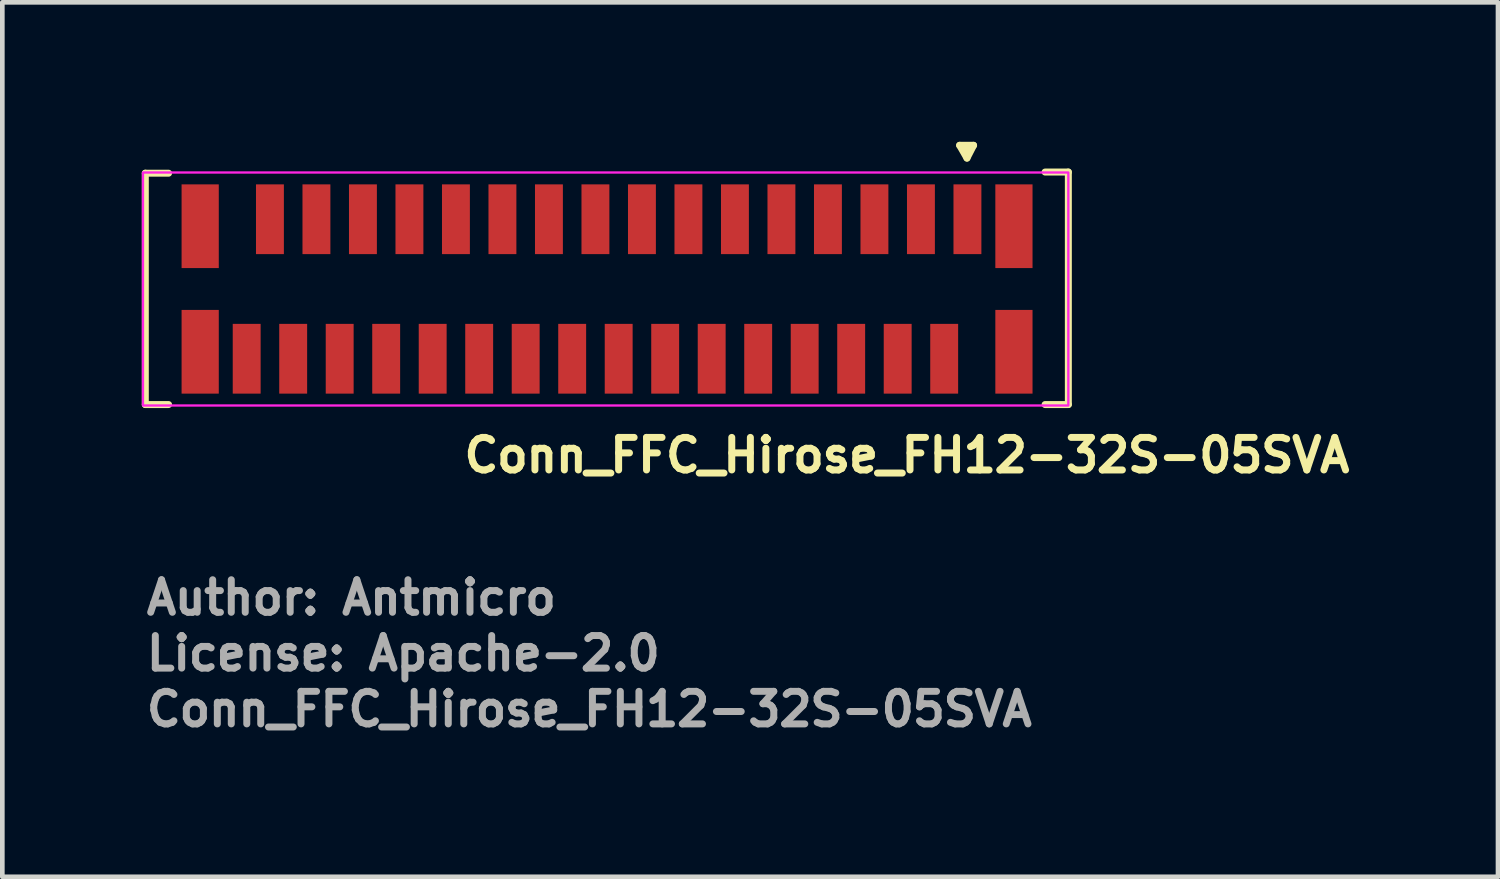
<source format=kicad_pcb>
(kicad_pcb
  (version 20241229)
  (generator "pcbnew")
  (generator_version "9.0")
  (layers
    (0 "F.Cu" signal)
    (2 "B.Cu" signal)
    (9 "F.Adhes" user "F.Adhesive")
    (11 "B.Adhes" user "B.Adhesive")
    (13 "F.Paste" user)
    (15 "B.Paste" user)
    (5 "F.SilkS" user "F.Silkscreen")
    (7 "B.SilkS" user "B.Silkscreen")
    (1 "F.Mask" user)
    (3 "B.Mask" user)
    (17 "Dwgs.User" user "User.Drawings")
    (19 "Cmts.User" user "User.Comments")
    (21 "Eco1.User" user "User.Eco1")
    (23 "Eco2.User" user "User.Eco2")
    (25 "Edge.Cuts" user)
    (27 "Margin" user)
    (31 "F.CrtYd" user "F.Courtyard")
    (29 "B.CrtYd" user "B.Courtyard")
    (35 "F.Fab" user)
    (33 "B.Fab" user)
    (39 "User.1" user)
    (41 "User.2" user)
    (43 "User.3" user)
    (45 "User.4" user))
  (footprint "Conn_FFC_Hirose_FH12-32S-05SVA"
    (layer "F.Cu")
    (at 9.975 3.15)
    (property "Reference" "Conn_FFC_Hirose_FH12-32S-05SVA" (at -3.12 4 0) (layer "F.SilkS") (effects (font (size 0.7 0.7) (thickness 0.15)) (justify left bottom)))
    (attr smd)
    (fp_line (start -9.9 -2.475) (end -9.9 2.5) (stroke (width 0.15) (type solid)) (layer "F.SilkS"))
    (fp_line (start -9.9 -2.475) (end -9.4 -2.475) (stroke (width 0.15) (type solid)) (layer "F.SilkS"))
    (fp_line (start -9.9 2.5) (end -9.4 2.5) (stroke (width 0.15) (type solid)) (layer "F.SilkS"))
    (fp_line (start 7.612 -3.075) (end 7.77 -2.8) (stroke (width 0.15) (type solid)) (layer "F.SilkS"))
    (fp_line (start 7.82 -2.975) (end 7.72 -2.975) (stroke (width 0.15) (type solid)) (layer "F.SilkS"))
    (fp_line (start 7.912 -3.075) (end 7.612 -3.075) (stroke (width 0.15) (type solid)) (layer "F.SilkS"))
    (fp_line (start 7.912 -3.075) (end 7.77 -2.8) (stroke (width 0.15) (type solid)) (layer "F.SilkS"))
    (fp_line (start 9.95 -2.5) (end 9.45 -2.5) (stroke (width 0.15) (type solid)) (layer "F.SilkS"))
    (fp_line (start 9.95 2.5) (end 9.45 2.5) (stroke (width 0.15) (type solid)) (layer "F.SilkS"))
    (fp_line (start 9.95 2.5) (end 9.95 -2.5) (stroke (width 0.15) (type solid)) (layer "F.SilkS"))
    (fp_circle (center 7.77 -2.975) (end 7.82 -2.975) (stroke (width 0.15) (type solid)) (fill yes) (layer "F.SilkS"))
    (fp_rect (start -9.95 -2.49) (end 9.95 2.52) (stroke (width 0.05) (type solid)) (fill no) (layer "F.CrtYd"))
    (fp_rect (start -9.7 -1.9) (end 9.7 1.9) (stroke (width 0.1) (type solid)) (fill no) (layer "User.5"))
    (fp_line (start -9.7 -1.25) (end -9.7 0.7) (stroke (width 0.02) (type solid)) (layer "User.9"))
    (fp_line (start -9.7 -1.25) (end -9.15 -1.25) (stroke (width 0.02) (type solid)) (layer "User.9"))
    (fp_line (start -9.7 0.7) (end -9.4 0.7) (stroke (width 0.02) (type solid)) (layer "User.9"))
    (fp_line (start -9.6 0.7) (end -9.6 1) (stroke (width 0.02) (type solid)) (layer "User.9"))
    (fp_line (start -9.4 -1) (end -9.15 -1) (stroke (width 0.02) (type solid)) (layer "User.9"))
    (fp_line (start -9.4 0.7) (end -9.4 -1) (stroke (width 0.02) (type solid)) (layer "User.9"))
    (fp_line (start -9.15 -1.25) (end -9.15 -1) (stroke (width 0.02) (type solid)) (layer "User.9"))
    (fp_line (start -9.15 -1.25) (end -9.1 -1.25) (stroke (width 0.02) (type solid)) (layer "User.9"))
    (fp_line (start -9.15 -1) (end -9.1 -1) (stroke (width 0.02) (type solid)) (layer "User.9"))
    (fp_line (start -9.1 -1.497) (end -8.95 -1.497) (stroke (width 0.02) (type solid)) (layer "User.9"))
    (fp_line (start -9.1 -1.416) (end -9.1 -1.497) (stroke (width 0.02) (type solid)) (layer "User.9"))
    (fp_line (start -9.1 -1.416) (end -9.1 -0.714) (stroke (width 0.02) (type solid)) (layer "User.9"))
    (fp_line (start -9.1 -0.714) (end -8.95 -0.065) (stroke (width 0.02) (type solid)) (layer "User.9"))
    (fp_line (start -9.1 -0.065) (end -9.1 -0.714) (stroke (width 0.02) (type solid)) (layer "User.9"))
    (fp_line (start -9.1 -0.065) (end -9.1 0.169) (stroke (width 0.02) (type solid)) (layer "User.9"))
    (fp_line (start -9.1 0.207) (end -9.1 0.169) (stroke (width 0.02) (type solid)) (layer "User.9"))
    (fp_line (start -9.1 0.207) (end -8.64 0.207) (stroke (width 0.02) (type solid)) (layer "User.9"))
    (fp_line (start -9.1 0.7) (end -9.4 0.7) (stroke (width 0.02) (type solid)) (layer "User.9"))
    (fp_line (start -9.1 0.7) (end -9.1 0.207) (stroke (width 0.02) (type solid)) (layer "User.9"))
    (fp_line (start -9.1 0.7) (end -8.86 0.7) (stroke (width 0.02) (type solid)) (layer "User.9"))
    (fp_line (start -8.95 -1.369) (end -8.95 -1.693) (stroke (width 0.02) (type solid)) (layer "User.9"))
    (fp_line (start -8.95 -1.09) (end -8.95 -1.369) (stroke (width 0.02) (type solid)) (layer "User.9"))
    (fp_line (start -8.95 -1.09) (end -8.95 -0.768) (stroke (width 0.02) (type solid)) (layer "User.9"))
    (fp_line (start -8.95 -0.768) (end -9.1 -1.416) (stroke (width 0.02) (type solid)) (layer "User.9"))
    (fp_line (start -8.95 -0.065) (end -9.1 -0.065) (stroke (width 0.02) (type solid)) (layer "User.9"))
    (fp_line (start -8.95 -0.065) (end -8.95 -0.768) (stroke (width 0.02) (type solid)) (layer "User.9"))
    (fp_line (start -8.86 0.7) (end -8.86 0.207) (stroke (width 0.02) (type solid)) (layer "User.9"))
    (fp_line (start -8.85 -1.8) (end -8.85 -1.9) (stroke (width 0.02) (type solid)) (layer "User.9"))
    (fp_line (start -8.85 -1.8) (end -8.85 -1.693) (stroke (width 0.02) (type solid)) (layer "User.9"))
    (fp_line (start -8.85 0.207) (end -8.85 0.35) (stroke (width 0.02) (type solid)) (layer "User.9"))
    (fp_line (start -8.85 0.35) (end -8.85 0.45) (stroke (width 0.02) (type solid)) (layer "User.9"))
    (fp_line (start -8.85 0.45) (end -8.85 1.8) (stroke (width 0.02) (type solid)) (layer "User.9"))
    (fp_line (start -8.85 0.45) (end -8.64 0.45) (stroke (width 0.02) (type solid)) (layer "User.9"))
    (fp_line (start -8.85 1) (end -9.6 1) (stroke (width 0.02) (type solid)) (layer "User.9"))
    (fp_line (start -8.85 1.9) (end -8.85 1.8) (stroke (width 0.02) (type solid)) (layer "User.9"))
    (fp_line (start -8.64 -1.9) (end -8.85 -1.9) (stroke (width 0.02) (type solid)) (layer "User.9"))
    (fp_line (start -8.64 -1.8) (end -8.64 -1.9) (stroke (width 0.02) (type solid)) (layer "User.9"))
    (fp_line (start -8.64 -1.693) (end -8.64 -1.8) (stroke (width 0.02) (type solid)) (layer "User.9"))
    (fp_line (start -8.64 0.17) (end -8.64 0.178) (stroke (width 0.02) (type solid)) (layer "User.9"))
    (fp_line (start -8.64 1.25) (end -8.64 0.178) (stroke (width 0.02) (type solid)) (layer "User.9"))
    (fp_line (start -8.64 1.8) (end -8.64 1.25) (stroke (width 0.02) (type solid)) (layer "User.9"))
    (fp_line (start -8.64 1.9) (end -8.85 1.9) (stroke (width 0.02) (type solid)) (layer "User.9"))
    (fp_line (start -8.64 1.9) (end -8.64 1.8) (stroke (width 0.02) (type solid)) (layer "User.9"))
    (fp_line (start -8.635 0.175) (end -8.64 0.178) (stroke (width 0.02) (type solid)) (layer "User.9"))
    (fp_line (start -8.635 0.175) (end -8.54 0.27) (stroke (width 0.02) (type solid)) (layer "User.9"))
    (fp_line (start -8.635 0.175) (end -8.39 0.175) (stroke (width 0.02) (type solid)) (layer "User.9"))
    (fp_line (start -8.54 0.27) (end -8.54 1.25) (stroke (width 0.02) (type solid)) (layer "User.9"))
    (fp_line (start -8.54 1.25) (end -8.64 1.25) (stroke (width 0.02) (type solid)) (layer "User.9"))
    (fp_line (start -8.54 1.25) (end 8.54 1.25) (stroke (width 0.02) (type solid)) (layer "User.9"))
    (fp_line (start -8.485 0.27) (end -8.54 0.27) (stroke (width 0.02) (type solid)) (layer "User.9"))
    (fp_line (start -8.485 0.27) (end -8.485 0.8) (stroke (width 0.02) (type solid)) (layer "User.9"))
    (fp_line (start -8.39 0.175) (end -8.485 0.27) (stroke (width 0.02) (type solid)) (layer "User.9"))
    (fp_line (start -8.39 0.175) (end -8.384 0.179) (stroke (width 0.02) (type solid)) (layer "User.9"))
    (fp_line (start -8.384 0.179) (end -8.378 0.182) (stroke (width 0.02) (type solid)) (layer "User.9"))
    (fp_line (start -8.378 0.182) (end -8.372 0.185) (stroke (width 0.02) (type solid)) (layer "User.9"))
    (fp_line (start -8.372 0.185) (end -8.365 0.189) (stroke (width 0.02) (type solid)) (layer "User.9"))
    (fp_line (start -8.365 0.189) (end -8.359 0.191) (stroke (width 0.02) (type solid)) (layer "User.9"))
    (fp_line (start -8.359 0.191) (end -8.353 0.194) (stroke (width 0.02) (type solid)) (layer "User.9"))
    (fp_line (start -8.353 0.194) (end -8.346 0.196) (stroke (width 0.02) (type solid)) (layer "User.9"))
    (fp_line (start -8.346 0.196) (end -8.34 0.198) (stroke (width 0.02) (type solid)) (layer "User.9"))
    (fp_line (start -8.34 0.198) (end -8.333 0.2) (stroke (width 0.02) (type solid)) (layer "User.9"))
    (fp_line (start -8.333 0.2) (end -8.326 0.202) (stroke (width 0.02) (type solid)) (layer "User.9"))
    (fp_line (start -8.326 0.202) (end -8.32 0.203) (stroke (width 0.02) (type solid)) (layer "User.9"))
    (fp_line (start -8.32 0.203) (end -8.313 0.205) (stroke (width 0.02) (type solid)) (layer "User.9"))
    (fp_line (start -8.313 0.205) (end -8.306 0.206) (stroke (width 0.02) (type solid)) (layer "User.9"))
    (fp_line (start -8.306 0.206) (end -8.299 0.206) (stroke (width 0.02) (type solid)) (layer "User.9"))
    (fp_line (start -8.299 0.206) (end -8.292 0.207) (stroke (width 0.02) (type solid)) (layer "User.9"))
    (fp_line (start -8.292 0.207) (end -8.285 0.207) (stroke (width 0.02) (type solid)) (layer "User.9"))
    (fp_line (start -8.285 0.207) (end -8.25 0.207) (stroke (width 0.02) (type solid)) (layer "User.9"))
    (fp_line (start -8.285 0.8) (end -8.285 0.207) (stroke (width 0.02) (type solid)) (layer "User.9"))
    (fp_line (start -8.25 -1.094) (end -8.25 -1.369) (stroke (width 0.02) (type solid)) (layer "User.9"))
    (fp_line (start -8.25 -1.094) (end -8.25 -1.019) (stroke (width 0.02) (type solid)) (layer "User.9"))
    (fp_line (start -8.25 0.3) (end -8.25 -1.019) (stroke (width 0.02) (type solid)) (layer "User.9"))
    (fp_line (start -8.25 0.3) (end -8.25 0.3) (stroke (width 0.02) (type solid)) (layer "User.9"))
    (fp_line (start -8.1 -1.693) (end -8.95 -1.693) (stroke (width 0.02) (type solid)) (layer "User.9"))
    (fp_line (start -8.1 -1.531) (end -8.1 -1.693) (stroke (width 0.02) (type solid)) (layer "User.9"))
    (fp_line (start -7.95 -1.659) (end -8.1 -1.659) (stroke (width 0.02) (type solid)) (layer "User.9"))
    (fp_line (start -7.95 -1.531) (end -7.95 -1.659) (stroke (width 0.02) (type solid)) (layer "User.9"))
    (fp_line (start -7.825 1.25) (end -7.825 1.35) (stroke (width 0.02) (type solid)) (layer "User.9"))
    (fp_line (start -7.825 1.45) (end -7.825 1.35) (stroke (width 0.02) (type solid)) (layer "User.9"))
    (fp_line (start -7.825 1.45) (end -7.825 1.55) (stroke (width 0.02) (type solid)) (layer "User.9"))
    (fp_line (start -7.825 1.55) (end -7.825 1.75) (stroke (width 0.02) (type solid)) (layer "User.9"))
    (fp_line (start -7.675 1.25) (end -7.675 1.35) (stroke (width 0.02) (type solid)) (layer "User.9"))
    (fp_line (start -7.675 1.45) (end -7.825 1.45) (stroke (width 0.02) (type solid)) (layer "User.9"))
    (fp_line (start -7.675 1.45) (end -7.825 1.45) (stroke (width 0.02) (type solid)) (layer "User.9"))
    (fp_line (start -7.675 1.45) (end -7.675 1.35) (stroke (width 0.02) (type solid)) (layer "User.9"))
    (fp_line (start -7.675 1.45) (end -7.675 1.55) (stroke (width 0.02) (type solid)) (layer "User.9"))
    (fp_line (start -7.675 1.55) (end -7.675 1.75) (stroke (width 0.02) (type solid)) (layer "User.9"))
    (fp_line (start -7.675 1.75) (end -7.825 1.75) (stroke (width 0.02) (type solid)) (layer "User.9"))
    (fp_line (start -7.325 -1.75) (end -7.325 -1.55) (stroke (width 0.02) (type solid)) (layer "User.9"))
    (fp_line (start -7.325 -1.75) (end -7.175 -1.75) (stroke (width 0.02) (type solid)) (layer "User.9"))
    (fp_line (start -7.325 -1.55) (end -7.325 -1.531) (stroke (width 0.02) (type solid)) (layer "User.9"))
    (fp_line (start -7.175 -1.75) (end -7.175 -1.55) (stroke (width 0.02) (type solid)) (layer "User.9"))
    (fp_line (start -7.175 -1.55) (end -7.175 -1.531) (stroke (width 0.02) (type solid)) (layer "User.9"))
    (fp_line (start -6.825 1.25) (end -6.825 1.35) (stroke (width 0.02) (type solid)) (layer "User.9"))
    (fp_line (start -6.825 1.45) (end -6.825 1.35) (stroke (width 0.02) (type solid)) (layer "User.9"))
    (fp_line (start -6.825 1.45) (end -6.825 1.55) (stroke (width 0.02) (type solid)) (layer "User.9"))
    (fp_line (start -6.825 1.55) (end -6.825 1.75) (stroke (width 0.02) (type solid)) (layer "User.9"))
    (fp_line (start -6.675 1.25) (end -6.675 1.35) (stroke (width 0.02) (type solid)) (layer "User.9"))
    (fp_line (start -6.675 1.45) (end -6.825 1.45) (stroke (width 0.02) (type solid)) (layer "User.9"))
    (fp_line (start -6.675 1.45) (end -6.675 1.35) (stroke (width 0.02) (type solid)) (layer "User.9"))
    (fp_line (start -6.675 1.45) (end -6.675 1.55) (stroke (width 0.02) (type solid)) (layer "User.9"))
    (fp_line (start -6.675 1.55) (end -6.675 1.75) (stroke (width 0.02) (type solid)) (layer "User.9"))
    (fp_line (start -6.675 1.75) (end -6.825 1.75) (stroke (width 0.02) (type solid)) (layer "User.9"))
    (fp_line (start -6.325 -1.75) (end -6.325 -1.55) (stroke (width 0.02) (type solid)) (layer "User.9"))
    (fp_line (start -6.325 -1.75) (end -6.175 -1.75) (stroke (width 0.02) (type solid)) (layer "User.9"))
    (fp_line (start -6.325 -1.55) (end -6.325 -1.531) (stroke (width 0.02) (type solid)) (layer "User.9"))
    (fp_line (start -6.175 -1.75) (end -6.175 -1.55) (stroke (width 0.02) (type solid)) (layer "User.9"))
    (fp_line (start -6.175 -1.55) (end -6.175 -1.531) (stroke (width 0.02) (type solid)) (layer "User.9"))
    (fp_line (start -5.825 1.25) (end -5.825 1.35) (stroke (width 0.02) (type solid)) (layer "User.9"))
    (fp_line (start -5.825 1.45) (end -5.825 1.35) (stroke (width 0.02) (type solid)) (layer "User.9"))
    (fp_line (start -5.825 1.45) (end -5.825 1.55) (stroke (width 0.02) (type solid)) (layer "User.9"))
    (fp_line (start -5.825 1.55) (end -5.825 1.75) (stroke (width 0.02) (type solid)) (layer "User.9"))
    (fp_line (start -5.675 1.25) (end -5.675 1.35) (stroke (width 0.02) (type solid)) (layer "User.9"))
    (fp_line (start -5.675 1.45) (end -5.825 1.45) (stroke (width 0.02) (type solid)) (layer "User.9"))
    (fp_line (start -5.675 1.45) (end -5.675 1.35) (stroke (width 0.02) (type solid)) (layer "User.9"))
    (fp_line (start -5.675 1.45) (end -5.675 1.55) (stroke (width 0.02) (type solid)) (layer "User.9"))
    (fp_line (start -5.675 1.55) (end -5.675 1.75) (stroke (width 0.02) (type solid)) (layer "User.9"))
    (fp_line (start -5.675 1.75) (end -5.825 1.75) (stroke (width 0.02) (type solid)) (layer "User.9"))
    (fp_line (start -5.325 -1.75) (end -5.325 -1.55) (stroke (width 0.02) (type solid)) (layer "User.9"))
    (fp_line (start -5.325 -1.75) (end -5.175 -1.75) (stroke (width 0.02) (type solid)) (layer "User.9"))
    (fp_line (start -5.325 -1.55) (end -5.325 -1.531) (stroke (width 0.02) (type solid)) (layer "User.9"))
    (fp_line (start -5.175 -1.75) (end -5.175 -1.55) (stroke (width 0.02) (type solid)) (layer "User.9"))
    (fp_line (start -5.175 -1.55) (end -5.175 -1.531) (stroke (width 0.02) (type solid)) (layer "User.9"))
    (fp_line (start -4.825 1.25) (end -4.825 1.35) (stroke (width 0.02) (type solid)) (layer "User.9"))
    (fp_line (start -4.825 1.45) (end -4.825 1.35) (stroke (width 0.02) (type solid)) (layer "User.9"))
    (fp_line (start -4.825 1.45) (end -4.825 1.55) (stroke (width 0.02) (type solid)) (layer "User.9"))
    (fp_line (start -4.825 1.55) (end -4.825 1.75) (stroke (width 0.02) (type solid)) (layer "User.9"))
    (fp_line (start -4.675 1.25) (end -4.675 1.35) (stroke (width 0.02) (type solid)) (layer "User.9"))
    (fp_line (start -4.675 1.45) (end -4.825 1.45) (stroke (width 0.02) (type solid)) (layer "User.9"))
    (fp_line (start -4.675 1.45) (end -4.675 1.35) (stroke (width 0.02) (type solid)) (layer "User.9"))
    (fp_line (start -4.675 1.45) (end -4.675 1.55) (stroke (width 0.02) (type solid)) (layer "User.9"))
    (fp_line (start -4.675 1.55) (end -4.675 1.75) (stroke (width 0.02) (type solid)) (layer "User.9"))
    (fp_line (start -4.675 1.75) (end -4.825 1.75) (stroke (width 0.02) (type solid)) (layer "User.9"))
    (fp_line (start -4.325 -1.75) (end -4.175 -1.75) (stroke (width 0.02) (type solid)) (layer "User.9"))
    (fp_line (start -4.325 -1.55) (end -4.325 -1.75) (stroke (width 0.02) (type solid)) (layer "User.9"))
    (fp_line (start -4.325 -1.55) (end -4.325 -1.531) (stroke (width 0.02) (type solid)) (layer "User.9"))
    (fp_line (start -4.175 -1.75) (end -4.175 -1.55) (stroke (width 0.02) (type solid)) (layer "User.9"))
    (fp_line (start -4.175 -1.55) (end -4.175 -1.531) (stroke (width 0.02) (type solid)) (layer "User.9"))
    (fp_line (start -4 -1.678) (end -4 -1.521) (stroke (width 0.02) (type solid)) (layer "User.9"))
    (fp_line (start -4 -1.678) (end 4 -1.678) (stroke (width 0.02) (type solid)) (layer "User.9"))
    (fp_line (start -4 -1.531) (end -8.1 -1.531) (stroke (width 0.02) (type solid)) (layer "User.9"))
    (fp_line (start -4 -1.521) (end 4 -1.521) (stroke (width 0.02) (type solid)) (layer "User.9"))
    (fp_line (start -4 -1.094) (end -8.25 -1.094) (stroke (width 0.02) (type solid)) (layer "User.9"))
    (fp_line (start -4 -1.094) (end -4 -1.521) (stroke (width 0.02) (type solid)) (layer "User.9"))
    (fp_line (start -4 -1.019) (end -8.25 -1.019) (stroke (width 0.02) (type solid)) (layer "User.9"))
    (fp_line (start -4 0.2) (end -4 -1.019) (stroke (width 0.02) (type solid)) (layer "User.9"))
    (fp_line (start -4 0.2) (end -4 0.3) (stroke (width 0.02) (type solid)) (layer "User.9"))
    (fp_line (start -3.825 1.25) (end -3.825 1.35) (stroke (width 0.02) (type solid)) (layer "User.9"))
    (fp_line (start -3.825 1.45) (end -3.825 1.35) (stroke (width 0.02) (type solid)) (layer "User.9"))
    (fp_line (start -3.825 1.45) (end -3.825 1.55) (stroke (width 0.02) (type solid)) (layer "User.9"))
    (fp_line (start -3.825 1.55) (end -3.825 1.75) (stroke (width 0.02) (type solid)) (layer "User.9"))
    (fp_line (start -3.675 1.25) (end -3.675 1.35) (stroke (width 0.02) (type solid)) (layer "User.9"))
    (fp_line (start -3.675 1.45) (end -3.825 1.45) (stroke (width 0.02) (type solid)) (layer "User.9"))
    (fp_line (start -3.675 1.45) (end -3.675 1.35) (stroke (width 0.02) (type solid)) (layer "User.9"))
    (fp_line (start -3.675 1.45) (end -3.675 1.55) (stroke (width 0.02) (type solid)) (layer "User.9"))
    (fp_line (start -3.675 1.55) (end -3.675 1.75) (stroke (width 0.02) (type solid)) (layer "User.9"))
    (fp_line (start -3.675 1.75) (end -3.825 1.75) (stroke (width 0.02) (type solid)) (layer "User.9"))
    (fp_line (start -3.325 -1.75) (end -3.325 -1.678) (stroke (width 0.02) (type solid)) (layer "User.9"))
    (fp_line (start -3.325 -1.75) (end -3.175 -1.75) (stroke (width 0.02) (type solid)) (layer "User.9"))
    (fp_line (start -3.175 -1.75) (end -3.175 -1.678) (stroke (width 0.02) (type solid)) (layer "User.9"))
    (fp_line (start -2.825 1.25) (end -2.825 1.35) (stroke (width 0.02) (type solid)) (layer "User.9"))
    (fp_line (start -2.825 1.45) (end -2.825 1.35) (stroke (width 0.02) (type solid)) (layer "User.9"))
    (fp_line (start -2.825 1.45) (end -2.825 1.55) (stroke (width 0.02) (type solid)) (layer "User.9"))
    (fp_line (start -2.825 1.55) (end -2.825 1.75) (stroke (width 0.02) (type solid)) (layer "User.9"))
    (fp_line (start -2.675 1.25) (end -2.675 1.35) (stroke (width 0.02) (type solid)) (layer "User.9"))
    (fp_line (start -2.675 1.45) (end -2.825 1.45) (stroke (width 0.02) (type solid)) (layer "User.9"))
    (fp_line (start -2.675 1.45) (end -2.675 1.35) (stroke (width 0.02) (type solid)) (layer "User.9"))
    (fp_line (start -2.675 1.45) (end -2.675 1.55) (stroke (width 0.02) (type solid)) (layer "User.9"))
    (fp_line (start -2.675 1.55) (end -2.675 1.75) (stroke (width 0.02) (type solid)) (layer "User.9"))
    (fp_line (start -2.675 1.75) (end -2.825 1.75) (stroke (width 0.02) (type solid)) (layer "User.9"))
    (fp_line (start -2.325 -1.75) (end -2.325 -1.678) (stroke (width 0.02) (type solid)) (layer "User.9"))
    (fp_line (start -2.325 -1.75) (end -2.175 -1.75) (stroke (width 0.02) (type solid)) (layer "User.9"))
    (fp_line (start -2.175 -1.75) (end -2.175 -1.678) (stroke (width 0.02) (type solid)) (layer "User.9"))
    (fp_line (start -1.825 1.25) (end -1.825 1.35) (stroke (width 0.02) (type solid)) (layer "User.9"))
    (fp_line (start -1.825 1.45) (end -1.825 1.35) (stroke (width 0.02) (type solid)) (layer "User.9"))
    (fp_line (start -1.825 1.45) (end -1.825 1.55) (stroke (width 0.02) (type solid)) (layer "User.9"))
    (fp_line (start -1.825 1.55) (end -1.825 1.75) (stroke (width 0.02) (type solid)) (layer "User.9"))
    (fp_line (start -1.675 1.25) (end -1.675 1.35) (stroke (width 0.02) (type solid)) (layer "User.9"))
    (fp_line (start -1.675 1.45) (end -1.825 1.45) (stroke (width 0.02) (type solid)) (layer "User.9"))
    (fp_line (start -1.675 1.45) (end -1.825 1.45) (stroke (width 0.02) (type solid)) (layer "User.9"))
    (fp_line (start -1.675 1.45) (end -1.675 1.35) (stroke (width 0.02) (type solid)) (layer "User.9"))
    (fp_line (start -1.675 1.45) (end -1.675 1.55) (stroke (width 0.02) (type solid)) (layer "User.9"))
    (fp_line (start -1.675 1.55) (end -1.675 1.75) (stroke (width 0.02) (type solid)) (layer "User.9"))
    (fp_line (start -1.675 1.75) (end -1.825 1.75) (stroke (width 0.02) (type solid)) (layer "User.9"))
    (fp_line (start -1.325 -1.75) (end -1.325 -1.678) (stroke (width 0.02) (type solid)) (layer "User.9"))
    (fp_line (start -1.325 -1.75) (end -1.175 -1.75) (stroke (width 0.02) (type solid)) (layer "User.9"))
    (fp_line (start -1.175 -1.75) (end -1.175 -1.678) (stroke (width 0.02) (type solid)) (layer "User.9"))
    (fp_line (start -0.825 1.25) (end -0.825 1.35) (stroke (width 0.02) (type solid)) (layer "User.9"))
    (fp_line (start -0.825 1.45) (end -0.825 1.35) (stroke (width 0.02) (type solid)) (layer "User.9"))
    (fp_line (start -0.825 1.45) (end -0.825 1.55) (stroke (width 0.02) (type solid)) (layer "User.9"))
    (fp_line (start -0.825 1.55) (end -0.825 1.75) (stroke (width 0.02) (type solid)) (layer "User.9"))
    (fp_line (start -0.675 1.25) (end -0.675 1.35) (stroke (width 0.02) (type solid)) (layer "User.9"))
    (fp_line (start -0.675 1.45) (end -0.825 1.45) (stroke (width 0.02) (type solid)) (layer "User.9"))
    (fp_line (start -0.675 1.45) (end -0.825 1.45) (stroke (width 0.02) (type solid)) (layer "User.9"))
    (fp_line (start -0.675 1.45) (end -0.675 1.35) (stroke (width 0.02) (type solid)) (layer "User.9"))
    (fp_line (start -0.675 1.45) (end -0.675 1.55) (stroke (width 0.02) (type solid)) (layer "User.9"))
    (fp_line (start -0.675 1.55) (end -0.675 1.75) (stroke (width 0.02) (type solid)) (layer "User.9"))
    (fp_line (start -0.675 1.75) (end -0.825 1.75) (stroke (width 0.02) (type solid)) (layer "User.9"))
    (fp_line (start -0.325 -1.75) (end -0.325 -1.678) (stroke (width 0.02) (type solid)) (layer "User.9"))
    (fp_line (start -0.325 -1.75) (end -0.175 -1.75) (stroke (width 0.02) (type solid)) (layer "User.9"))
    (fp_line (start -0.175 -1.75) (end -0.175 -1.678) (stroke (width 0.02) (type solid)) (layer "User.9"))
    (fp_line (start 0.175 1.25) (end 0.175 1.35) (stroke (width 0.02) (type solid)) (layer "User.9"))
    (fp_line (start 0.175 1.45) (end 0.175 1.35) (stroke (width 0.02) (type solid)) (layer "User.9"))
    (fp_line (start 0.175 1.45) (end 0.175 1.55) (stroke (width 0.02) (type solid)) (layer "User.9"))
    (fp_line (start 0.175 1.55) (end 0.175 1.75) (stroke (width 0.02) (type solid)) (layer "User.9"))
    (fp_line (start 0.325 1.25) (end 0.325 1.35) (stroke (width 0.02) (type solid)) (layer "User.9"))
    (fp_line (start 0.325 1.45) (end 0.175 1.45) (stroke (width 0.02) (type solid)) (layer "User.9"))
    (fp_line (start 0.325 1.45) (end 0.175 1.45) (stroke (width 0.02) (type solid)) (layer "User.9"))
    (fp_line (start 0.325 1.45) (end 0.325 1.35) (stroke (width 0.02) (type solid)) (layer "User.9"))
    (fp_line (start 0.325 1.45) (end 0.325 1.55) (stroke (width 0.02) (type solid)) (layer "User.9"))
    (fp_line (start 0.325 1.55) (end 0.325 1.75) (stroke (width 0.02) (type solid)) (layer "User.9"))
    (fp_line (start 0.325 1.75) (end 0.175 1.75) (stroke (width 0.02) (type solid)) (layer "User.9"))
    (fp_line (start 0.675 -1.75) (end 0.675 -1.678) (stroke (width 0.02) (type solid)) (layer "User.9"))
    (fp_line (start 0.675 -1.75) (end 0.825 -1.75) (stroke (width 0.02) (type solid)) (layer "User.9"))
    (fp_line (start 0.825 -1.75) (end 0.825 -1.678) (stroke (width 0.02) (type solid)) (layer "User.9"))
    (fp_line (start 1.175 1.25) (end 1.175 1.35) (stroke (width 0.02) (type solid)) (layer "User.9"))
    (fp_line (start 1.175 1.45) (end 1.175 1.35) (stroke (width 0.02) (type solid)) (layer "User.9"))
    (fp_line (start 1.175 1.45) (end 1.175 1.55) (stroke (width 0.02) (type solid)) (layer "User.9"))
    (fp_line (start 1.175 1.55) (end 1.175 1.75) (stroke (width 0.02) (type solid)) (layer "User.9"))
    (fp_line (start 1.325 1.25) (end 1.325 1.35) (stroke (width 0.02) (type solid)) (layer "User.9"))
    (fp_line (start 1.325 1.45) (end 1.175 1.45) (stroke (width 0.02) (type solid)) (layer "User.9"))
    (fp_line (start 1.325 1.45) (end 1.175 1.45) (stroke (width 0.02) (type solid)) (layer "User.9"))
    (fp_line (start 1.325 1.45) (end 1.325 1.35) (stroke (width 0.02) (type solid)) (layer "User.9"))
    (fp_line (start 1.325 1.45) (end 1.325 1.55) (stroke (width 0.02) (type solid)) (layer "User.9"))
    (fp_line (start 1.325 1.55) (end 1.325 1.75) (stroke (width 0.02) (type solid)) (layer "User.9"))
    (fp_line (start 1.325 1.75) (end 1.175 1.75) (stroke (width 0.02) (type solid)) (layer "User.9"))
    (fp_line (start 1.675 -1.75) (end 1.675 -1.678) (stroke (width 0.02) (type solid)) (layer "User.9"))
    (fp_line (start 1.675 -1.75) (end 1.825 -1.75) (stroke (width 0.02) (type solid)) (layer "User.9"))
    (fp_line (start 1.825 -1.75) (end 1.825 -1.678) (stroke (width 0.02) (type solid)) (layer "User.9"))
    (fp_line (start 2.175 1.25) (end 2.175 1.35) (stroke (width 0.02) (type solid)) (layer "User.9"))
    (fp_line (start 2.175 1.45) (end 2.175 1.35) (stroke (width 0.02) (type solid)) (layer "User.9"))
    (fp_line (start 2.175 1.45) (end 2.175 1.55) (stroke (width 0.02) (type solid)) (layer "User.9"))
    (fp_line (start 2.175 1.55) (end 2.175 1.75) (stroke (width 0.02) (type solid)) (layer "User.9"))
    (fp_line (start 2.325 1.25) (end 2.325 1.35) (stroke (width 0.02) (type solid)) (layer "User.9"))
    (fp_line (start 2.325 1.45) (end 2.175 1.45) (stroke (width 0.02) (type solid)) (layer "User.9"))
    (fp_line (start 2.325 1.45) (end 2.175 1.45) (stroke (width 0.02) (type solid)) (layer "User.9"))
    (fp_line (start 2.325 1.45) (end 2.325 1.35) (stroke (width 0.02) (type solid)) (layer "User.9"))
    (fp_line (start 2.325 1.45) (end 2.325 1.55) (stroke (width 0.02) (type solid)) (layer "User.9"))
    (fp_line (start 2.325 1.55) (end 2.325 1.75) (stroke (width 0.02) (type solid)) (layer "User.9"))
    (fp_line (start 2.325 1.75) (end 2.175 1.75) (stroke (width 0.02) (type solid)) (layer "User.9"))
    (fp_line (start 2.675 -1.75) (end 2.675 -1.678) (stroke (width 0.02) (type solid)) (layer "User.9"))
    (fp_line (start 2.675 -1.75) (end 2.825 -1.75) (stroke (width 0.02) (type solid)) (layer "User.9"))
    (fp_line (start 2.825 -1.75) (end 2.825 -1.678) (stroke (width 0.02) (type solid)) (layer "User.9"))
    (fp_line (start 3.175 1.25) (end 3.175 1.35) (stroke (width 0.02) (type solid)) (layer "User.9"))
    (fp_line (start 3.175 1.45) (end 3.175 1.35) (stroke (width 0.02) (type solid)) (layer "User.9"))
    (fp_line (start 3.175 1.45) (end 3.175 1.55) (stroke (width 0.02) (type solid)) (layer "User.9"))
    (fp_line (start 3.175 1.55) (end 3.175 1.75) (stroke (width 0.02) (type solid)) (layer "User.9"))
    (fp_line (start 3.325 1.25) (end 3.325 1.35) (stroke (width 0.02) (type solid)) (layer "User.9"))
    (fp_line (start 3.325 1.45) (end 3.175 1.45) (stroke (width 0.02) (type solid)) (layer "User.9"))
    (fp_line (start 3.325 1.45) (end 3.325 1.35) (stroke (width 0.02) (type solid)) (layer "User.9"))
    (fp_line (start 3.325 1.45) (end 3.325 1.55) (stroke (width 0.02) (type solid)) (layer "User.9"))
    (fp_line (start 3.325 1.55) (end 3.325 1.75) (stroke (width 0.02) (type solid)) (layer "User.9"))
    (fp_line (start 3.325 1.75) (end 3.175 1.75) (stroke (width 0.02) (type solid)) (layer "User.9"))
    (fp_line (start 3.675 -1.75) (end 3.675 -1.678) (stroke (width 0.02) (type solid)) (layer "User.9"))
    (fp_line (start 3.675 -1.75) (end 3.825 -1.75) (stroke (width 0.02) (type solid)) (layer "User.9"))
    (fp_line (start 3.825 -1.75) (end 3.825 -1.678) (stroke (width 0.02) (type solid)) (layer "User.9"))
    (fp_line (start 4 -1.678) (end 4 -1.521) (stroke (width 0.02) (type solid)) (layer "User.9"))
    (fp_line (start 4 -1.531) (end 8.1 -1.531) (stroke (width 0.02) (type solid)) (layer "User.9"))
    (fp_line (start 4 -1.521) (end 4 -1.094) (stroke (width 0.02) (type solid)) (layer "User.9"))
    (fp_line (start 4 -1.094) (end 8.25 -1.094) (stroke (width 0.02) (type solid)) (layer "User.9"))
    (fp_line (start 4 0.2) (end -4 0.2) (stroke (width 0.02) (type solid)) (layer "User.9"))
    (fp_line (start 4 0.2) (end 4 -1.019) (stroke (width 0.02) (type solid)) (layer "User.9"))
    (fp_line (start 4 0.2) (end 4 0.3) (stroke (width 0.02) (type solid)) (layer "User.9"))
    (fp_line (start 4 0.3) (end -4 0.3) (stroke (width 0.02) (type solid)) (layer "User.9"))
    (fp_line (start 4.175 1.25) (end 4.175 1.35) (stroke (width 0.02) (type solid)) (layer "User.9"))
    (fp_line (start 4.175 1.45) (end 4.175 1.35) (stroke (width 0.02) (type solid)) (layer "User.9"))
    (fp_line (start 4.175 1.45) (end 4.175 1.55) (stroke (width 0.02) (type solid)) (layer "User.9"))
    (fp_line (start 4.175 1.55) (end 4.175 1.75) (stroke (width 0.02) (type solid)) (layer "User.9"))
    (fp_line (start 4.325 1.25) (end 4.325 1.35) (stroke (width 0.02) (type solid)) (layer "User.9"))
    (fp_line (start 4.325 1.45) (end 4.175 1.45) (stroke (width 0.02) (type solid)) (layer "User.9"))
    (fp_line (start 4.325 1.45) (end 4.325 1.35) (stroke (width 0.02) (type solid)) (layer "User.9"))
    (fp_line (start 4.325 1.45) (end 4.325 1.55) (stroke (width 0.02) (type solid)) (layer "User.9"))
    (fp_line (start 4.325 1.55) (end 4.325 1.75) (stroke (width 0.02) (type solid)) (layer "User.9"))
    (fp_line (start 4.325 1.75) (end 4.175 1.75) (stroke (width 0.02) (type solid)) (layer "User.9"))
    (fp_line (start 4.675 -1.75) (end 4.675 -1.55) (stroke (width 0.02) (type solid)) (layer "User.9"))
    (fp_line (start 4.675 -1.75) (end 4.825 -1.75) (stroke (width 0.02) (type solid)) (layer "User.9"))
    (fp_line (start 4.675 -1.55) (end 4.675 -1.531) (stroke (width 0.02) (type solid)) (layer "User.9"))
    (fp_line (start 4.825 -1.75) (end 4.825 -1.55) (stroke (width 0.02) (type solid)) (layer "User.9"))
    (fp_line (start 4.825 -1.55) (end 4.825 -1.531) (stroke (width 0.02) (type solid)) (layer "User.9"))
    (fp_line (start 5.175 1.25) (end 5.175 1.35) (stroke (width 0.02) (type solid)) (layer "User.9"))
    (fp_line (start 5.175 1.45) (end 5.175 1.35) (stroke (width 0.02) (type solid)) (layer "User.9"))
    (fp_line (start 5.175 1.45) (end 5.175 1.55) (stroke (width 0.02) (type solid)) (layer "User.9"))
    (fp_line (start 5.175 1.55) (end 5.175 1.75) (stroke (width 0.02) (type solid)) (layer "User.9"))
    (fp_line (start 5.325 1.25) (end 5.325 1.35) (stroke (width 0.02) (type solid)) (layer "User.9"))
    (fp_line (start 5.325 1.45) (end 5.175 1.45) (stroke (width 0.02) (type solid)) (layer "User.9"))
    (fp_line (start 5.325 1.45) (end 5.325 1.35) (stroke (width 0.02) (type solid)) (layer "User.9"))
    (fp_line (start 5.325 1.45) (end 5.325 1.55) (stroke (width 0.02) (type solid)) (layer "User.9"))
    (fp_line (start 5.325 1.55) (end 5.325 1.75) (stroke (width 0.02) (type solid)) (layer "User.9"))
    (fp_line (start 5.325 1.75) (end 5.175 1.75) (stroke (width 0.02) (type solid)) (layer "User.9"))
    (fp_line (start 5.675 -1.75) (end 5.675 -1.55) (stroke (width 0.02) (type solid)) (layer "User.9"))
    (fp_line (start 5.675 -1.75) (end 5.825 -1.75) (stroke (width 0.02) (type solid)) (layer "User.9"))
    (fp_line (start 5.675 -1.55) (end 5.675 -1.531) (stroke (width 0.02) (type solid)) (layer "User.9"))
    (fp_line (start 5.825 -1.75) (end 5.825 -1.55) (stroke (width 0.02) (type solid)) (layer "User.9"))
    (fp_line (start 5.825 -1.55) (end 5.825 -1.531) (stroke (width 0.02) (type solid)) (layer "User.9"))
    (fp_line (start 6.175 1.25) (end 6.175 1.35) (stroke (width 0.02) (type solid)) (layer "User.9"))
    (fp_line (start 6.175 1.45) (end 6.175 1.35) (stroke (width 0.02) (type solid)) (layer "User.9"))
    (fp_line (start 6.175 1.45) (end 6.175 1.55) (stroke (width 0.02) (type solid)) (layer "User.9"))
    (fp_line (start 6.175 1.55) (end 6.175 1.75) (stroke (width 0.02) (type solid)) (layer "User.9"))
    (fp_line (start 6.325 1.25) (end 6.325 1.35) (stroke (width 0.02) (type solid)) (layer "User.9"))
    (fp_line (start 6.325 1.45) (end 6.175 1.45) (stroke (width 0.02) (type solid)) (layer "User.9"))
    (fp_line (start 6.325 1.45) (end 6.325 1.35) (stroke (width 0.02) (type solid)) (layer "User.9"))
    (fp_line (start 6.325 1.45) (end 6.325 1.55) (stroke (width 0.02) (type solid)) (layer "User.9"))
    (fp_line (start 6.325 1.55) (end 6.325 1.75) (stroke (width 0.02) (type solid)) (layer "User.9"))
    (fp_line (start 6.325 1.75) (end 6.175 1.75) (stroke (width 0.02) (type solid)) (layer "User.9"))
    (fp_line (start 6.675 -1.75) (end 6.825 -1.75) (stroke (width 0.02) (type solid)) (layer "User.9"))
    (fp_line (start 6.675 -1.55) (end 6.675 -1.75) (stroke (width 0.02) (type solid)) (layer "User.9"))
    (fp_line (start 6.675 -1.55) (end 6.675 -1.531) (stroke (width 0.02) (type solid)) (layer "User.9"))
    (fp_line (start 6.825 -1.75) (end 6.825 -1.55) (stroke (width 0.02) (type solid)) (layer "User.9"))
    (fp_line (start 6.825 -1.55) (end 6.825 -1.531) (stroke (width 0.02) (type solid)) (layer "User.9"))
    (fp_line (start 7.175 1.25) (end 7.175 1.35) (stroke (width 0.02) (type solid)) (layer "User.9"))
    (fp_line (start 7.175 1.45) (end 7.175 1.35) (stroke (width 0.02) (type solid)) (layer "User.9"))
    (fp_line (start 7.175 1.45) (end 7.175 1.55) (stroke (width 0.02) (type solid)) (layer "User.9"))
    (fp_line (start 7.175 1.55) (end 7.175 1.75) (stroke (width 0.02) (type solid)) (layer "User.9"))
    (fp_line (start 7.325 1.25) (end 7.325 1.35) (stroke (width 0.02) (type solid)) (layer "User.9"))
    (fp_line (start 7.325 1.45) (end 7.175 1.45) (stroke (width 0.02) (type solid)) (layer "User.9"))
    (fp_line (start 7.325 1.45) (end 7.325 1.35) (stroke (width 0.02) (type solid)) (layer "User.9"))
    (fp_line (start 7.325 1.45) (end 7.325 1.55) (stroke (width 0.02) (type solid)) (layer "User.9"))
    (fp_line (start 7.325 1.55) (end 7.325 1.75) (stroke (width 0.02) (type solid)) (layer "User.9"))
    (fp_line (start 7.325 1.75) (end 7.175 1.75) (stroke (width 0.02) (type solid)) (layer "User.9"))
    (fp_line (start 7.675 -1.75) (end 7.675 -1.55) (stroke (width 0.02) (type solid)) (layer "User.9"))
    (fp_line (start 7.675 -1.75) (end 7.825 -1.75) (stroke (width 0.02) (type solid)) (layer "User.9"))
    (fp_line (start 7.675 -1.55) (end 7.675 -1.531) (stroke (width 0.02) (type solid)) (layer "User.9"))
    (fp_line (start 7.825 -1.75) (end 7.825 -1.55) (stroke (width 0.02) (type solid)) (layer "User.9"))
    (fp_line (start 7.825 -1.55) (end 7.825 -1.531) (stroke (width 0.02) (type solid)) (layer "User.9"))
    (fp_line (start 7.95 -1.659) (end 8.1 -1.659) (stroke (width 0.02) (type solid)) (layer "User.9"))
    (fp_line (start 7.95 -1.531) (end 7.95 -1.659) (stroke (width 0.02) (type solid)) (layer "User.9"))
    (fp_line (start 8.1 -1.693) (end 8.95 -1.693) (stroke (width 0.02) (type solid)) (layer "User.9"))
    (fp_line (start 8.1 -1.531) (end 8.1 -1.693) (stroke (width 0.02) (type solid)) (layer "User.9"))
    (fp_line (start 8.25 -1.369) (end 8.25 -1.094) (stroke (width 0.02) (type solid)) (layer "User.9"))
    (fp_line (start 8.25 -1.019) (end 4 -1.019) (stroke (width 0.02) (type solid)) (layer "User.9"))
    (fp_line (start 8.25 -1.019) (end 8.25 -1.094) (stroke (width 0.02) (type solid)) (layer "User.9"))
    (fp_line (start 8.25 -1.019) (end 8.25 0.3) (stroke (width 0.02) (type solid)) (layer "User.9"))
    (fp_line (start 8.25 0.3) (end -8.25 0.3) (stroke (width 0.02) (type solid)) (layer "User.9"))
    (fp_line (start 8.25 0.3) (end -8.25 0.3) (stroke (width 0.02) (type solid)) (layer "User.9"))
    (fp_line (start 8.25 0.3) (end 8.25 0.3) (stroke (width 0.02) (type solid)) (layer "User.9"))
    (fp_line (start 8.285 0.207) (end 8.25 0.207) (stroke (width 0.02) (type solid)) (layer "User.9"))
    (fp_line (start 8.285 0.35) (end -8.285 0.35) (stroke (width 0.02) (type solid)) (layer "User.9"))
    (fp_line (start 8.285 0.7) (end -8.285 0.7) (stroke (width 0.02) (type solid)) (layer "User.9"))
    (fp_line (start 8.285 0.8) (end 8.285 0.207) (stroke (width 0.02) (type solid)) (layer "User.9"))
    (fp_line (start 8.292 0.207) (end 8.285 0.207) (stroke (width 0.02) (type solid)) (layer "User.9"))
    (fp_line (start 8.299 0.206) (end 8.292 0.207) (stroke (width 0.02) (type solid)) (layer "User.9"))
    (fp_line (start 8.306 0.206) (end 8.299 0.206) (stroke (width 0.02) (type solid)) (layer "User.9"))
    (fp_line (start 8.313 0.205) (end 8.306 0.206) (stroke (width 0.02) (type solid)) (layer "User.9"))
    (fp_line (start 8.32 0.203) (end 8.313 0.205) (stroke (width 0.02) (type solid)) (layer "User.9"))
    (fp_line (start 8.326 0.202) (end 8.32 0.203) (stroke (width 0.02) (type solid)) (layer "User.9"))
    (fp_line (start 8.333 0.2) (end 8.326 0.202) (stroke (width 0.02) (type solid)) (layer "User.9"))
    (fp_line (start 8.34 0.198) (end 8.333 0.2) (stroke (width 0.02) (type solid)) (layer "User.9"))
    (fp_line (start 8.346 0.196) (end 8.34 0.198) (stroke (width 0.02) (type solid)) (layer "User.9"))
    (fp_line (start 8.353 0.194) (end 8.346 0.196) (stroke (width 0.02) (type solid)) (layer "User.9"))
    (fp_line (start 8.359 0.191) (end 8.353 0.194) (stroke (width 0.02) (type solid)) (layer "User.9"))
    (fp_line (start 8.365 0.189) (end 8.359 0.191) (stroke (width 0.02) (type solid)) (layer "User.9"))
    (fp_line (start 8.372 0.185) (end 8.365 0.189) (stroke (width 0.02) (type solid)) (layer "User.9"))
    (fp_line (start 8.378 0.182) (end 8.372 0.185) (stroke (width 0.02) (type solid)) (layer "User.9"))
    (fp_line (start 8.384 0.179) (end 8.378 0.182) (stroke (width 0.02) (type solid)) (layer "User.9"))
    (fp_line (start 8.39 0.175) (end 8.384 0.179) (stroke (width 0.02) (type solid)) (layer "User.9"))
    (fp_line (start 8.39 0.175) (end 8.485 0.27) (stroke (width 0.02) (type solid)) (layer "User.9"))
    (fp_line (start 8.485 0.27) (end 8.485 0.8) (stroke (width 0.02) (type solid)) (layer "User.9"))
    (fp_line (start 8.485 0.27) (end 8.54 0.27) (stroke (width 0.02) (type solid)) (layer "User.9"))
    (fp_line (start 8.485 0.8) (end -8.485 0.8) (stroke (width 0.02) (type solid)) (layer "User.9"))
    (fp_line (start 8.54 0.27) (end 8.54 1.25) (stroke (width 0.02) (type solid)) (layer "User.9"))
    (fp_line (start 8.54 1.25) (end 8.64 1.25) (stroke (width 0.02) (type solid)) (layer "User.9"))
    (fp_line (start 8.635 0.175) (end 8.39 0.175) (stroke (width 0.02) (type solid)) (layer "User.9"))
    (fp_line (start 8.635 0.175) (end 8.54 0.27) (stroke (width 0.02) (type solid)) (layer "User.9"))
    (fp_line (start 8.635 0.175) (end 8.64 0.178) (stroke (width 0.02) (type solid)) (layer "User.9"))
    (fp_line (start 8.64 -1.8) (end 8.64 -1.9) (stroke (width 0.02) (type solid)) (layer "User.9"))
    (fp_line (start 8.64 -1.8) (end 8.64 -1.693) (stroke (width 0.02) (type solid)) (layer "User.9"))
    (fp_line (start 8.64 1.25) (end 8.64 0.178) (stroke (width 0.02) (type solid)) (layer "User.9"))
    (fp_line (start 8.64 1.25) (end 8.64 1.8) (stroke (width 0.02) (type solid)) (layer "User.9"))
    (fp_line (start 8.64 1.9) (end 8.64 1.8) (stroke (width 0.02) (type solid)) (layer "User.9"))
    (fp_line (start 8.85 -1.9) (end 8.64 -1.9) (stroke (width 0.02) (type solid)) (layer "User.9"))
    (fp_line (start 8.85 -1.9) (end 8.65 -1.9) (stroke (width 0.02) (type solid)) (layer "User.9"))
    (fp_line (start 8.85 -1.8) (end 8.85 -1.9) (stroke (width 0.02) (type solid)) (layer "User.9"))
    (fp_line (start 8.85 -1.8) (end 8.85 -1.693) (stroke (width 0.02) (type solid)) (layer "User.9"))
    (fp_line (start 8.85 0.207) (end 8.85 0.35) (stroke (width 0.02) (type solid)) (layer "User.9"))
    (fp_line (start 8.85 0.35) (end 8.85 0.45) (stroke (width 0.02) (type solid)) (layer "User.9"))
    (fp_line (start 8.85 0.45) (end 8.64 0.45) (stroke (width 0.02) (type solid)) (layer "User.9"))
    (fp_line (start 8.85 0.45) (end 8.85 1.8) (stroke (width 0.02) (type solid)) (layer "User.9"))
    (fp_line (start 8.85 1) (end 9.6 1) (stroke (width 0.02) (type solid)) (layer "User.9"))
    (fp_line (start 8.85 1.9) (end 8.64 1.9) (stroke (width 0.02) (type solid)) (layer "User.9"))
    (fp_line (start 8.85 1.9) (end 8.85 1.8) (stroke (width 0.02) (type solid)) (layer "User.9"))
    (fp_line (start 8.86 0.7) (end 8.86 0.207) (stroke (width 0.02) (type solid)) (layer "User.9"))
    (fp_line (start 8.95 -1.369) (end 8.95 -1.693) (stroke (width 0.02) (type solid)) (layer "User.9"))
    (fp_line (start 8.95 -1.09) (end 8.95 -1.369) (stroke (width 0.02) (type solid)) (layer "User.9"))
    (fp_line (start 8.95 -1.09) (end 8.95 -0.768) (stroke (width 0.02) (type solid)) (layer "User.9"))
    (fp_line (start 8.95 -0.768) (end 9.1 -1.416) (stroke (width 0.02) (type solid)) (layer "User.9"))
    (fp_line (start 8.95 -0.065) (end 8.95 -0.768) (stroke (width 0.02) (type solid)) (layer "User.9"))
    (fp_line (start 8.95 -0.065) (end 9.1 -0.065) (stroke (width 0.02) (type solid)) (layer "User.9"))
    (fp_line (start 9.1 -1.497) (end 8.95 -1.497) (stroke (width 0.02) (type solid)) (layer "User.9"))
    (fp_line (start 9.1 -1.416) (end 9.1 -1.497) (stroke (width 0.02) (type solid)) (layer "User.9"))
    (fp_line (start 9.1 -1.416) (end 9.1 -0.714) (stroke (width 0.02) (type solid)) (layer "User.9"))
    (fp_line (start 9.1 -0.714) (end 8.95 -0.065) (stroke (width 0.02) (type solid)) (layer "User.9"))
    (fp_line (start 9.1 -0.065) (end 9.1 -0.714) (stroke (width 0.02) (type solid)) (layer "User.9"))
    (fp_line (start 9.1 -0.065) (end 9.1 0.169) (stroke (width 0.02) (type solid)) (layer "User.9"))
    (fp_line (start 9.1 0.207) (end 8.64 0.207) (stroke (width 0.02) (type solid)) (layer "User.9"))
    (fp_line (start 9.1 0.207) (end 9.1 0.169) (stroke (width 0.02) (type solid)) (layer "User.9"))
    (fp_line (start 9.1 0.7) (end 8.86 0.7) (stroke (width 0.02) (type solid)) (layer "User.9"))
    (fp_line (start 9.1 0.7) (end 9.1 0.207) (stroke (width 0.02) (type solid)) (layer "User.9"))
    (fp_line (start 9.1 0.7) (end 9.4 0.7) (stroke (width 0.02) (type solid)) (layer "User.9"))
    (fp_line (start 9.15 -1.25) (end 9.1 -1.25) (stroke (width 0.02) (type solid)) (layer "User.9"))
    (fp_line (start 9.15 -1.25) (end 9.15 -1) (stroke (width 0.02) (type solid)) (layer "User.9"))
    (fp_line (start 9.15 -1) (end 9.1 -1) (stroke (width 0.02) (type solid)) (layer "User.9"))
    (fp_line (start 9.4 -1) (end 9.15 -1) (stroke (width 0.02) (type solid)) (layer "User.9"))
    (fp_line (start 9.4 0.7) (end 9.4 -1) (stroke (width 0.02) (type solid)) (layer "User.9"))
    (fp_line (start 9.6 0.7) (end 9.6 1) (stroke (width 0.02) (type solid)) (layer "User.9"))
    (fp_line (start 9.7 -1.25) (end 9.15 -1.25) (stroke (width 0.02) (type solid)) (layer "User.9"))
    (fp_line (start 9.7 -1.25) (end 9.7 0.7) (stroke (width 0.02) (type solid)) (layer "User.9"))
    (fp_line (start 9.7 0.7) (end 9.4 0.7) (stroke (width 0.02) (type solid)) (layer "User.9"))
    (fp_text user "${REFERENCE}" (at -9.95 9.461 0) (layer "F.Fab") (effects (font (size 0.7 0.7) (thickness 0.15)) (justify left bottom)))
    (fp_text user "License: Apache-2.0" (at -9.95 8.261 0) (layer "F.Fab") (effects (font (size 0.7 0.7) (thickness 0.15)) (justify left bottom)))
    (fp_text user "Author: Antmicro" (at -9.95 7.061 0) (layer "F.Fab") (effects (font (size 0.7 0.7) (thickness 0.15)) (justify left bottom)))
    (pad "1" smd rect (at 7.78 -1.485 180) (size 0.6 1.5) (layers "F.Cu" "F.Mask" "F.Paste"))
    (pad "2" smd rect (at 7.28 1.515 180) (size 0.6 1.5) (layers "F.Cu" "F.Mask" "F.Paste"))
    (pad "3" smd rect (at 6.78 -1.485 180) (size 0.6 1.5) (layers "F.Cu" "F.Mask" "F.Paste"))
    (pad "4" smd rect (at 6.28 1.515 180) (size 0.6 1.5) (layers "F.Cu" "F.Mask" "F.Paste"))
    (pad "5" smd rect (at 5.78 -1.485 180) (size 0.6 1.5) (layers "F.Cu" "F.Mask" "F.Paste"))
    (pad "6" smd rect (at 5.28 1.515 180) (size 0.6 1.5) (layers "F.Cu" "F.Mask" "F.Paste"))
    (pad "7" smd rect (at 4.78 -1.485 180) (size 0.6 1.5) (layers "F.Cu" "F.Mask" "F.Paste"))
    (pad "8" smd rect (at 4.28 1.515 180) (size 0.6 1.5) (layers "F.Cu" "F.Mask" "F.Paste"))
    (pad "9" smd rect (at 3.78 -1.485 180) (size 0.6 1.5) (layers "F.Cu" "F.Mask" "F.Paste"))
    (pad "10" smd rect (at 3.28 1.515 180) (size 0.6 1.5) (layers "F.Cu" "F.Mask" "F.Paste"))
    (pad "11" smd rect (at 2.78 -1.485 180) (size 0.6 1.5) (layers "F.Cu" "F.Mask" "F.Paste"))
    (pad "12" smd rect (at 2.28 1.515 180) (size 0.6 1.5) (layers "F.Cu" "F.Mask" "F.Paste"))
    (pad "13" smd rect (at 1.78 -1.485 180) (size 0.6 1.5) (layers "F.Cu" "F.Mask" "F.Paste"))
    (pad "14" smd rect (at 1.28 1.515 180) (size 0.6 1.5) (layers "F.Cu" "F.Mask" "F.Paste"))
    (pad "15" smd rect (at 0.78 -1.485 180) (size 0.6 1.5) (layers "F.Cu" "F.Mask" "F.Paste"))
    (pad "16" smd rect (at 0.28 1.515 180) (size 0.6 1.5) (layers "F.Cu" "F.Mask" "F.Paste"))
    (pad "17" smd rect (at -0.22 -1.485 180) (size 0.6 1.5) (layers "F.Cu" "F.Mask" "F.Paste"))
    (pad "18" smd rect (at -0.72 1.515 180) (size 0.6 1.5) (layers "F.Cu" "F.Mask" "F.Paste"))
    (pad "19" smd rect (at -1.22 -1.485 180) (size 0.6 1.5) (layers "F.Cu" "F.Mask" "F.Paste"))
    (pad "20" smd rect (at -1.72 1.515 180) (size 0.6 1.5) (layers "F.Cu" "F.Mask" "F.Paste"))
    (pad "21" smd rect (at -2.22 -1.485 180) (size 0.6 1.5) (layers "F.Cu" "F.Mask" "F.Paste"))
    (pad "22" smd rect (at -2.72 1.515 180) (size 0.6 1.5) (layers "F.Cu" "F.Mask" "F.Paste"))
    (pad "23" smd rect (at -3.22 -1.485 180) (size 0.6 1.5) (layers "F.Cu" "F.Mask" "F.Paste"))
    (pad "24" smd rect (at -3.72 1.515 180) (size 0.6 1.5) (layers "F.Cu" "F.Mask" "F.Paste"))
    (pad "25" smd rect (at -4.22 -1.485 180) (size 0.6 1.5) (layers "F.Cu" "F.Mask" "F.Paste"))
    (pad "26" smd rect (at -4.72 1.515 180) (size 0.6 1.5) (layers "F.Cu" "F.Mask" "F.Paste"))
    (pad "27" smd rect (at -5.22 -1.485 180) (size 0.6 1.5) (layers "F.Cu" "F.Mask" "F.Paste"))
    (pad "28" smd rect (at -5.72 1.515 180) (size 0.6 1.5) (layers "F.Cu" "F.Mask" "F.Paste"))
    (pad "29" smd rect (at -6.22 -1.485 180) (size 0.6 1.5) (layers "F.Cu" "F.Mask" "F.Paste"))
    (pad "30" smd rect (at -6.72 1.515 180) (size 0.6 1.5) (layers "F.Cu" "F.Mask" "F.Paste"))
    (pad "31" smd rect (at -7.22 -1.485 180) (size 0.6 1.5) (layers "F.Cu" "F.Mask" "F.Paste"))
    (pad "32" smd rect (at -7.72 1.515 180) (size 0.6 1.5) (layers "F.Cu" "F.Mask" "F.Paste"))
    (pad "MP" smd rect (at -8.72 -1.335 180) (size 0.8 1.8) (layers "F.Cu" "F.Mask" "F.Paste"))
    (pad "MP" smd rect (at -8.72 1.365 180) (size 0.8 1.8) (layers "F.Cu" "F.Mask" "F.Paste"))
    (pad "MP" smd rect (at 8.78 -1.335 180) (size 0.8 1.8) (layers "F.Cu" "F.Mask" "F.Paste"))
    (pad "MP" smd rect (at 8.78 1.365 180) (size 0.8 1.8) (layers "F.Cu" "F.Mask" "F.Paste")))
  (gr_rect
    (start -3 -3)
    (end 29.165 15.806)
    (stroke (width 0.1) (type default))
    (fill no)
    (layer "Edge.Cuts")))
</source>
